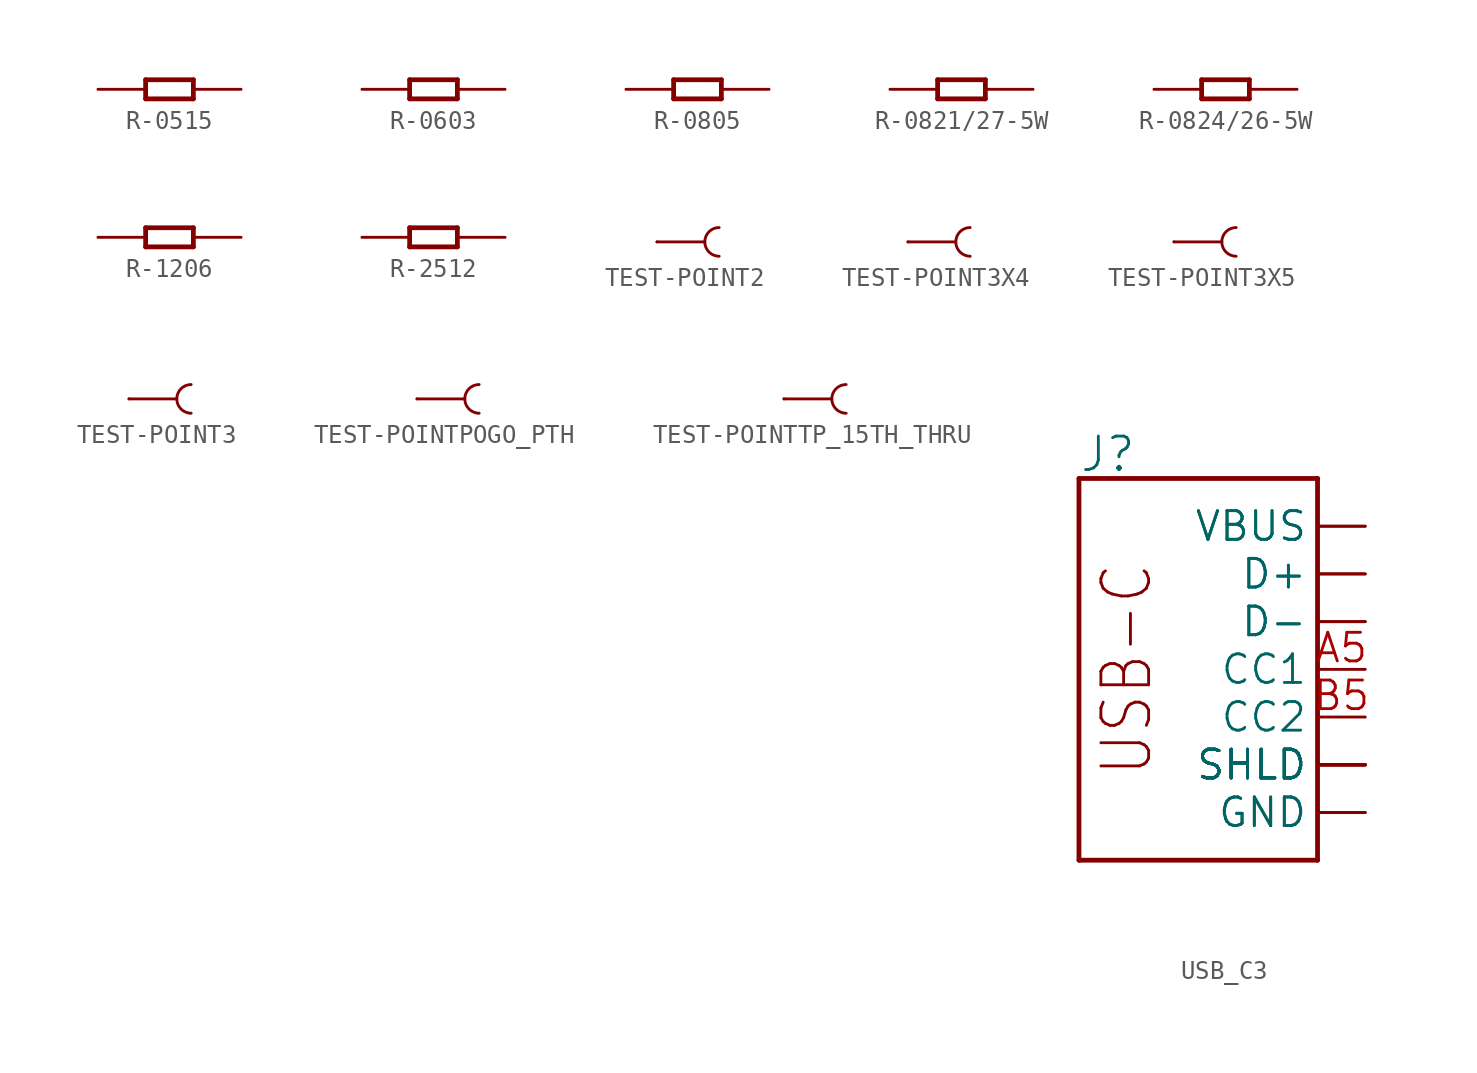
<source format=kicad_sym>
(kicad_symbol_lib
  (version 20241209)
  (generator "kicad_symbol_editor")
  (generator_version "9.0")
  (symbol "R-0515"
    (property "Reference" "R"
      (at -3.81 0 0)
      (effects (font (size 1.27 1.079)) (justify left bottom) (hide yes)))
    (property "ki_locked" ""
      (at 0 0 0)
      (effects (font (size 1.27 1.27))))
    (symbol "R-0515_1_0"
      (polyline (pts (xy -1.27 0.508) (xy 1.27 0.508)) (stroke (width 0.254) (type solid)) (fill (type none)))
      (polyline (pts (xy -1.27 -0.508) (xy -1.27 0.508)) (stroke (width 0.254) (type solid)) (fill (type none)))
      (polyline (pts (xy 1.27 0.508) (xy 1.27 -0.508)) (stroke (width 0.254) (type solid)) (fill (type none)))
      (polyline (pts (xy 1.27 -0.508) (xy -1.27 -0.508)) (stroke (width 0.254) (type solid)) (fill (type none)))
      (pin passive line (at -3.81 0 0) (length 2.54) (name "1" (effects (font (size 0 0)))) (number "P$1" (effects (font (size 0 0)))))
      (pin passive line (at 3.81 0 180) (length 2.54) (name "2" (effects (font (size 0 0)))) (number "P$2" (effects (font (size 0 0)))))))
  (symbol "R-0603"
    (property "Reference" "R"
      (at -3.81 0 0)
      (effects (font (size 1.27 1.079)) (justify left bottom) (hide yes)))
    (property "ki_locked" ""
      (at 0 0 0)
      (effects (font (size 1.27 1.27))))
    (symbol "R-0603_1_0"
      (polyline (pts (xy -1.27 0.508) (xy 1.27 0.508)) (stroke (width 0.254) (type solid)) (fill (type none)))
      (polyline (pts (xy -1.27 -0.508) (xy -1.27 0.508)) (stroke (width 0.254) (type solid)) (fill (type none)))
      (polyline (pts (xy 1.27 0.508) (xy 1.27 -0.508)) (stroke (width 0.254) (type solid)) (fill (type none)))
      (polyline (pts (xy 1.27 -0.508) (xy -1.27 -0.508)) (stroke (width 0.254) (type solid)) (fill (type none)))
      (pin passive line (at -3.81 0 0) (length 2.54) (name "1" (effects (font (size 0 0)))) (number "1" (effects (font (size 0 0)))))
      (pin passive line (at 3.81 0 180) (length 2.54) (name "2" (effects (font (size 0 0)))) (number "2" (effects (font (size 0 0)))))))
  (symbol "R-0805"
    (property "Reference" "R"
      (at -3.81 0 0)
      (effects (font (size 1.27 1.079)) (justify left bottom) (hide yes)))
    (property "ki_locked" ""
      (at 0 0 0)
      (effects (font (size 1.27 1.27))))
    (symbol "R-0805_1_0"
      (polyline (pts (xy -1.27 0.508) (xy 1.27 0.508)) (stroke (width 0.254) (type solid)) (fill (type none)))
      (polyline (pts (xy -1.27 -0.508) (xy -1.27 0.508)) (stroke (width 0.254) (type solid)) (fill (type none)))
      (polyline (pts (xy 1.27 0.508) (xy 1.27 -0.508)) (stroke (width 0.254) (type solid)) (fill (type none)))
      (polyline (pts (xy 1.27 -0.508) (xy -1.27 -0.508)) (stroke (width 0.254) (type solid)) (fill (type none)))
      (pin passive line (at -3.81 0 0) (length 2.54) (name "1" (effects (font (size 0 0)))) (number "1" (effects (font (size 0 0)))))
      (pin passive line (at 3.81 0 180) (length 2.54) (name "2" (effects (font (size 0 0)))) (number "2" (effects (font (size 0 0)))))))
  (symbol "R-0821/27-5W"
    (property "Reference" "R"
      (at -3.81 0 0)
      (effects (font (size 1.27 1.079)) (justify left bottom) (hide yes)))
    (property "ki_locked" ""
      (at 0 0 0)
      (effects (font (size 1.27 1.27))))
    (symbol "R-0821/27-5W_1_0"
      (polyline (pts (xy -1.27 0.508) (xy 1.27 0.508)) (stroke (width 0.254) (type solid)) (fill (type none)))
      (polyline (pts (xy -1.27 -0.508) (xy -1.27 0.508)) (stroke (width 0.254) (type solid)) (fill (type none)))
      (polyline (pts (xy 1.27 0.508) (xy 1.27 -0.508)) (stroke (width 0.254) (type solid)) (fill (type none)))
      (polyline (pts (xy 1.27 -0.508) (xy -1.27 -0.508)) (stroke (width 0.254) (type solid)) (fill (type none)))
      (pin passive line (at -3.81 0 0) (length 2.54) (name "1" (effects (font (size 0 0)))) (number "P$1" (effects (font (size 0 0)))))
      (pin passive line (at 3.81 0 180) (length 2.54) (name "2" (effects (font (size 0 0)))) (number "P$2" (effects (font (size 0 0)))))))
  (symbol "R-0824/26-5W"
    (property "Reference" "R"
      (at -3.81 0 0)
      (effects (font (size 1.27 1.079)) (justify left bottom) (hide yes)))
    (property "ki_locked" ""
      (at 0 0 0)
      (effects (font (size 1.27 1.27))))
    (symbol "R-0824/26-5W_1_0"
      (polyline (pts (xy -1.27 0.508) (xy 1.27 0.508)) (stroke (width 0.254) (type solid)) (fill (type none)))
      (polyline (pts (xy -1.27 -0.508) (xy -1.27 0.508)) (stroke (width 0.254) (type solid)) (fill (type none)))
      (polyline (pts (xy 1.27 0.508) (xy 1.27 -0.508)) (stroke (width 0.254) (type solid)) (fill (type none)))
      (polyline (pts (xy 1.27 -0.508) (xy -1.27 -0.508)) (stroke (width 0.254) (type solid)) (fill (type none)))
      (pin passive line (at -3.81 0 0) (length 2.54) (name "1" (effects (font (size 0 0)))) (number "1" (effects (font (size 0 0)))))
      (pin passive line (at 3.81 0 180) (length 2.54) (name "2" (effects (font (size 0 0)))) (number "2" (effects (font (size 0 0)))))))
  (symbol "R-1206"
    (property "Reference" "R"
      (at -3.81 0 0)
      (effects (font (size 1.27 1.079)) (justify left bottom) (hide yes)))
    (property "ki_locked" ""
      (at 0 0 0)
      (effects (font (size 1.27 1.27))))
    (symbol "R-1206_1_0"
      (polyline (pts (xy -1.27 0.508) (xy 1.27 0.508)) (stroke (width 0.254) (type solid)) (fill (type none)))
      (polyline (pts (xy -1.27 -0.508) (xy -1.27 0.508)) (stroke (width 0.254) (type solid)) (fill (type none)))
      (polyline (pts (xy 1.27 0.508) (xy 1.27 -0.508)) (stroke (width 0.254) (type solid)) (fill (type none)))
      (polyline (pts (xy 1.27 -0.508) (xy -1.27 -0.508)) (stroke (width 0.254) (type solid)) (fill (type none)))
      (pin passive line (at -3.81 0 0) (length 2.54) (name "1" (effects (font (size 0 0)))) (number "1" (effects (font (size 0 0)))))
      (pin passive line (at 3.81 0 180) (length 2.54) (name "2" (effects (font (size 0 0)))) (number "2" (effects (font (size 0 0)))))))
  (symbol "R-2512"
    (property "Reference" "R"
      (at -3.81 0 0)
      (effects (font (size 1.27 1.079)) (justify left bottom) (hide yes)))
    (property "ki_locked" ""
      (at 0 0 0)
      (effects (font (size 1.27 1.27))))
    (symbol "R-2512_1_0"
      (polyline (pts (xy -1.27 0.508) (xy 1.27 0.508)) (stroke (width 0.254) (type solid)) (fill (type none)))
      (polyline (pts (xy -1.27 -0.508) (xy -1.27 0.508)) (stroke (width 0.254) (type solid)) (fill (type none)))
      (polyline (pts (xy 1.27 0.508) (xy 1.27 -0.508)) (stroke (width 0.254) (type solid)) (fill (type none)))
      (polyline (pts (xy 1.27 -0.508) (xy -1.27 -0.508)) (stroke (width 0.254) (type solid)) (fill (type none)))
      (pin passive line (at -3.81 0 0) (length 2.54) (name "1" (effects (font (size 0 0)))) (number "1" (effects (font (size 0 0)))))
      (pin passive line (at 3.81 0 180) (length 2.54) (name "2" (effects (font (size 0 0)))) (number "2" (effects (font (size 0 0)))))))
  (symbol "TEST-POINT2"
    (property "Reference" "TP"
      (at -2.54 2.54 0)
      (effects (font (size 1.778 1.778)) (justify left bottom) (hide yes)))
    (property "ki_locked" ""
      (at 0 0 0)
      (effects (font (size 1.27 1.27))))
    (symbol "TEST-POINT2_1_0"
      (polyline (pts (xy 2.54 0) (xy 0 0)) (stroke (width 0.152) (type solid)) (fill (type none)))
      (arc (start 3.302 -0.762) (mid 2.54 0) (end 3.302 0.762) (stroke (width 0.1524) (type solid)) (fill (type none)))
      (pin bidirectional line (at 0 0 180) (length 0) (name "1" (effects (font (size 0 0)))) (number "P$1" (effects (font (size 0 0)))))))
  (symbol "TEST-POINT3X4"
    (property "Reference" "TP"
      (at -2.54 2.54 0)
      (effects (font (size 1.778 1.778)) (justify left bottom) (hide yes)))
    (property "ki_locked" ""
      (at 0 0 0)
      (effects (font (size 1.27 1.27))))
    (symbol "TEST-POINT3X4_1_0"
      (polyline (pts (xy 2.54 0) (xy 0 0)) (stroke (width 0.152) (type solid)) (fill (type none)))
      (arc (start 3.302 -0.762) (mid 2.54 0) (end 3.302 0.762) (stroke (width 0.1524) (type solid)) (fill (type none)))
      (pin bidirectional line (at 0 0 180) (length 0) (name "1" (effects (font (size 0 0)))) (number "P$1" (effects (font (size 0 0)))))))
  (symbol "TEST-POINT3X5"
    (property "Reference" "TP"
      (at -2.54 2.54 0)
      (effects (font (size 1.778 1.778)) (justify left bottom) (hide yes)))
    (property "ki_locked" ""
      (at 0 0 0)
      (effects (font (size 1.27 1.27))))
    (symbol "TEST-POINT3X5_1_0"
      (polyline (pts (xy 2.54 0) (xy 0 0)) (stroke (width 0.152) (type solid)) (fill (type none)))
      (arc (start 3.302 -0.762) (mid 2.54 0) (end 3.302 0.762) (stroke (width 0.1524) (type solid)) (fill (type none)))
      (pin bidirectional line (at 0 0 180) (length 0) (name "1" (effects (font (size 0 0)))) (number "P$1" (effects (font (size 0 0)))))))
  (symbol "TEST-POINT3"
    (property "Reference" "TP"
      (at -2.54 2.54 0)
      (effects (font (size 1.778 1.778)) (justify left bottom) (hide yes)))
    (property "ki_locked" ""
      (at 0 0 0)
      (effects (font (size 1.27 1.27))))
    (symbol "TEST-POINT3_1_0"
      (polyline (pts (xy 2.54 0) (xy 0 0)) (stroke (width 0.152) (type solid)) (fill (type none)))
      (arc (start 3.302 -0.762) (mid 2.54 0) (end 3.302 0.762) (stroke (width 0.1524) (type solid)) (fill (type none)))
      (pin bidirectional line (at 0 0 180) (length 0) (name "1" (effects (font (size 0 0)))) (number "P$1" (effects (font (size 0 0)))))))
  (symbol "TEST-POINTPOGO_PTH"
    (property "Reference" "TP"
      (at -2.54 2.54 0)
      (effects (font (size 1.778 1.778)) (justify left bottom) (hide yes)))
    (property "ki_locked" ""
      (at 0 0 0)
      (effects (font (size 1.27 1.27))))
    (symbol "TEST-POINTPOGO_PTH_1_0"
      (polyline (pts (xy 2.54 0) (xy 0 0)) (stroke (width 0.152) (type solid)) (fill (type none)))
      (arc (start 3.302 -0.762) (mid 2.54 0) (end 3.302 0.762) (stroke (width 0.1524) (type solid)) (fill (type none)))
      (pin bidirectional line (at 0 0 180) (length 0) (name "1" (effects (font (size 0 0)))) (number "1" (effects (font (size 0 0)))))))
  (symbol "TEST-POINTTP_15TH_THRU"
    (property "Reference" "TP"
      (at -2.54 2.54 0)
      (effects (font (size 1.778 1.778)) (justify left bottom) (hide yes)))
    (property "ki_locked" ""
      (at 0 0 0)
      (effects (font (size 1.27 1.27))))
    (symbol "TEST-POINTTP_15TH_THRU_1_0"
      (polyline (pts (xy 2.54 0) (xy 0 0)) (stroke (width 0.152) (type solid)) (fill (type none)))
      (arc (start 3.302 -0.762) (mid 2.54 0) (end 3.302 0.762) (stroke (width 0.1524) (type solid)) (fill (type none)))
      (pin bidirectional line (at 0 0 180) (length 0) (name "1" (effects (font (size 0 0)))) (number "P$1" (effects (font (size 0 0)))))))
  (symbol "USB_C3"
    (property "Reference" "J"
      (at -2.54 10.414 0)
      (effects (font (size 1.778 1.778)) (justify left bottom)))
    (property "Value" ""
      (at -2.54 -12.446 0)
      (effects (font (size 1.778 1.778)) (justify left bottom)))
    (property "ki_locked" ""
      (at 0 0 0)
      (effects (font (size 1.27 1.27))))
    (symbol "USB_C3_1_0"
      (polyline (pts (xy -2.54 -10.16) (xy -2.54 10.16)) (stroke (width 0.254) (type solid)) (fill (type none)))
      (polyline (pts (xy -2.54 -10.16) (xy 10.16 -10.16)) (stroke (width 0.254) (type solid)) (fill (type none)))
      (polyline (pts (xy 10.16 10.16) (xy -2.54 10.16)) (stroke (width 0.254) (type solid)) (fill (type none)))
      (polyline (pts (xy 10.16 -10.16) (xy 10.16 10.16)) (stroke (width 0.254) (type solid)) (fill (type none)))
      (text "USB-C" (at 0 0 900) (effects (font (size 2.54 2.159))))
      (pin bidirectional line (at 12.7 7.62 180) (length 2.54) (name "VBUS" (effects (font (size 1.524 1.524)))) (number "VBUS1" (effects (font (size 0 0)))))
      (pin bidirectional line (at 12.7 7.62 180) (length 2.54) (name "VBUS" (effects (font (size 1.524 1.524)))) (number "VBUS2" (effects (font (size 0 0)))))
      (pin bidirectional line (at 12.7 5.08 180) (length 2.54) (name "D+" (effects (font (size 1.524 1.524)))) (number "A6" (effects (font (size 0 0)))))
      (pin bidirectional line (at 12.7 5.08 180) (length 2.54) (name "D+" (effects (font (size 1.524 1.524)))) (number "B6" (effects (font (size 0 0)))))
      (pin bidirectional line (at 12.7 2.54 180) (length 2.54) (name "D-" (effects (font (size 1.524 1.524)))) (number "A7" (effects (font (size 0 0)))))
      (pin bidirectional line (at 12.7 2.54 180) (length 2.54) (name "D-" (effects (font (size 1.524 1.524)))) (number "B7" (effects (font (size 0 0)))))
      (pin bidirectional line (at 12.7 0 180) (length 2.54) (name "CC1" (effects (font (size 1.524 1.524)))) (number "A5" (effects (font (size 1.524 1.524)))))
      (pin bidirectional line (at 12.7 -2.54 180) (length 2.54) (name "CC2" (effects (font (size 1.524 1.524)))) (number "B5" (effects (font (size 1.524 1.524)))))
      (pin bidirectional line (at 12.7 -5.08 180) (length 2.54) (name "SHLD" (effects (font (size 1.524 1.524)))) (number "SHLD1" (effects (font (size 0 0)))))
      (pin bidirectional line (at 12.7 -5.08 180) (length 2.54) (name "SHLD" (effects (font (size 1.524 1.524)))) (number "SHLD2" (effects (font (size 0 0)))))
      (pin bidirectional line (at 12.7 -5.08 180) (length 2.54) (name "SHLD" (effects (font (size 1.524 1.524)))) (number "SHLD3" (effects (font (size 0 0)))))
      (pin bidirectional line (at 12.7 -5.08 180) (length 2.54) (name "SHLD" (effects (font (size 1.524 1.524)))) (number "SHLD4" (effects (font (size 0 0)))))
      (pin bidirectional line (at 12.7 -5.08 180) (length 2.54) (name "SHLD" (effects (font (size 1.524 1.524)))) (number "SHLD5" (effects (font (size 0 0)))))
      (pin bidirectional line (at 12.7 -5.08 180) (length 2.54) (name "SHLD" (effects (font (size 1.524 1.524)))) (number "SHLD6" (effects (font (size 0 0)))))
      (pin bidirectional line (at 12.7 -5.08 180) (length 2.54) (name "SHLD" (effects (font (size 1.524 1.524)))) (number "SHLD7" (effects (font (size 0 0)))))
      (pin bidirectional line (at 12.7 -5.08 180) (length 2.54) (name "SHLD" (effects (font (size 1.524 1.524)))) (number "SHLD8" (effects (font (size 0 0)))))
      (pin bidirectional line (at 12.7 -7.62 180) (length 2.54) (name "GND" (effects (font (size 1.524 1.524)))) (number "GND" (effects (font (size 0 0)))))
      (pin bidirectional line (at 12.7 -7.62 180) (length 2.54) (name "GND" (effects (font (size 1.524 1.524)))) (number "GND2" (effects (font (size 0 0))))))))
</source>
